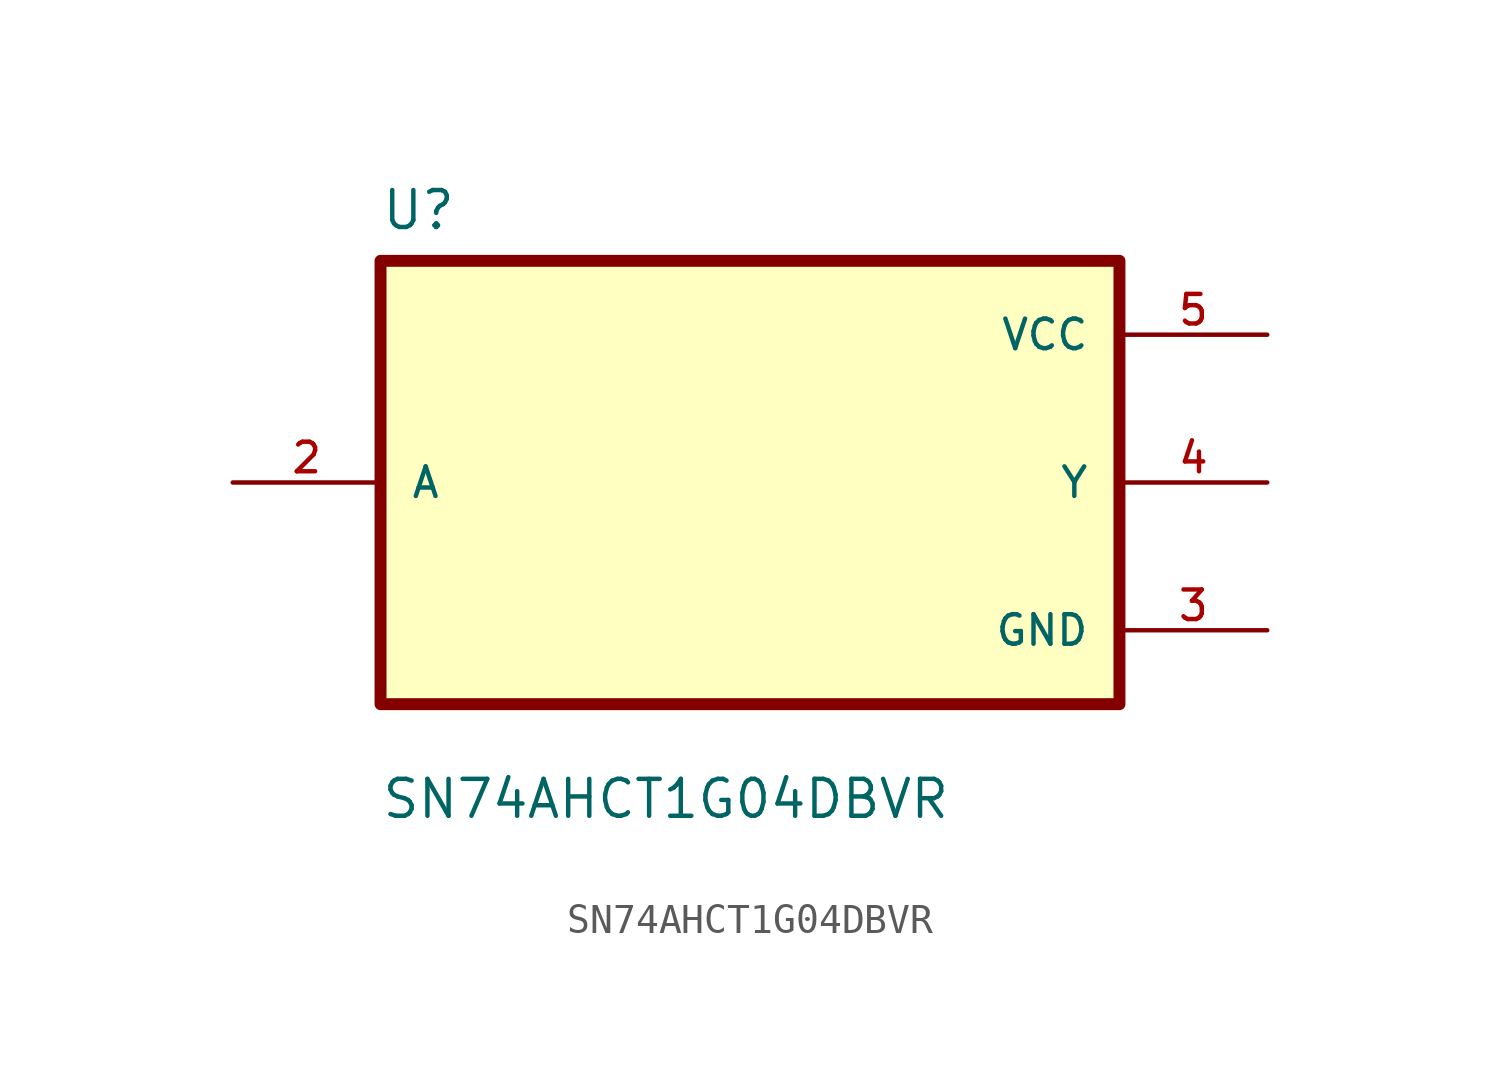
<source format=kicad_sym>
(kicad_symbol_lib
  (version 20211014)
  (generator kicad_symbol_editor)
  (symbol "SN74AHCT1G04DBVR"
    (pin_names
      (offset 1.016))
    (property "Reference" "U"
      (at -12.7 8.62 0.0)
      (effects (font (size 1.27 1.27)) (justify bottom left)))
    (property "Value" "SN74AHCT1G04DBVR"
      (at -12.7 -11.62 0.0)
      (effects (font (size 1.27 1.27)) (justify bottom left)))
    (symbol "SN74AHCT1G04DBVR_0_0"
      (rectangle (start -12.7 -7.62) (end 12.7 7.62) (stroke (width 0.41)) (fill (type background)))
      (pin input line (at -17.78 0.0 0) (length 5.08) (name "A" (effects (font (size 1.016 1.016)))) (number "2" (effects (font (size 1.016 1.016)))))
      (pin power_in line (at 17.78 5.08 180.0) (length 5.08) (name "VCC" (effects (font (size 1.016 1.016)))) (number "5" (effects (font (size 1.016 1.016)))))
      (pin output line (at 17.78 0.0 180.0) (length 5.08) (name "Y" (effects (font (size 1.016 1.016)))) (number "4" (effects (font (size 1.016 1.016)))))
      (pin power_in line (at 17.78 -5.08 180.0) (length 5.08) (name "GND" (effects (font (size 1.016 1.016)))) (number "3" (effects (font (size 1.016 1.016))))))))
</source>
